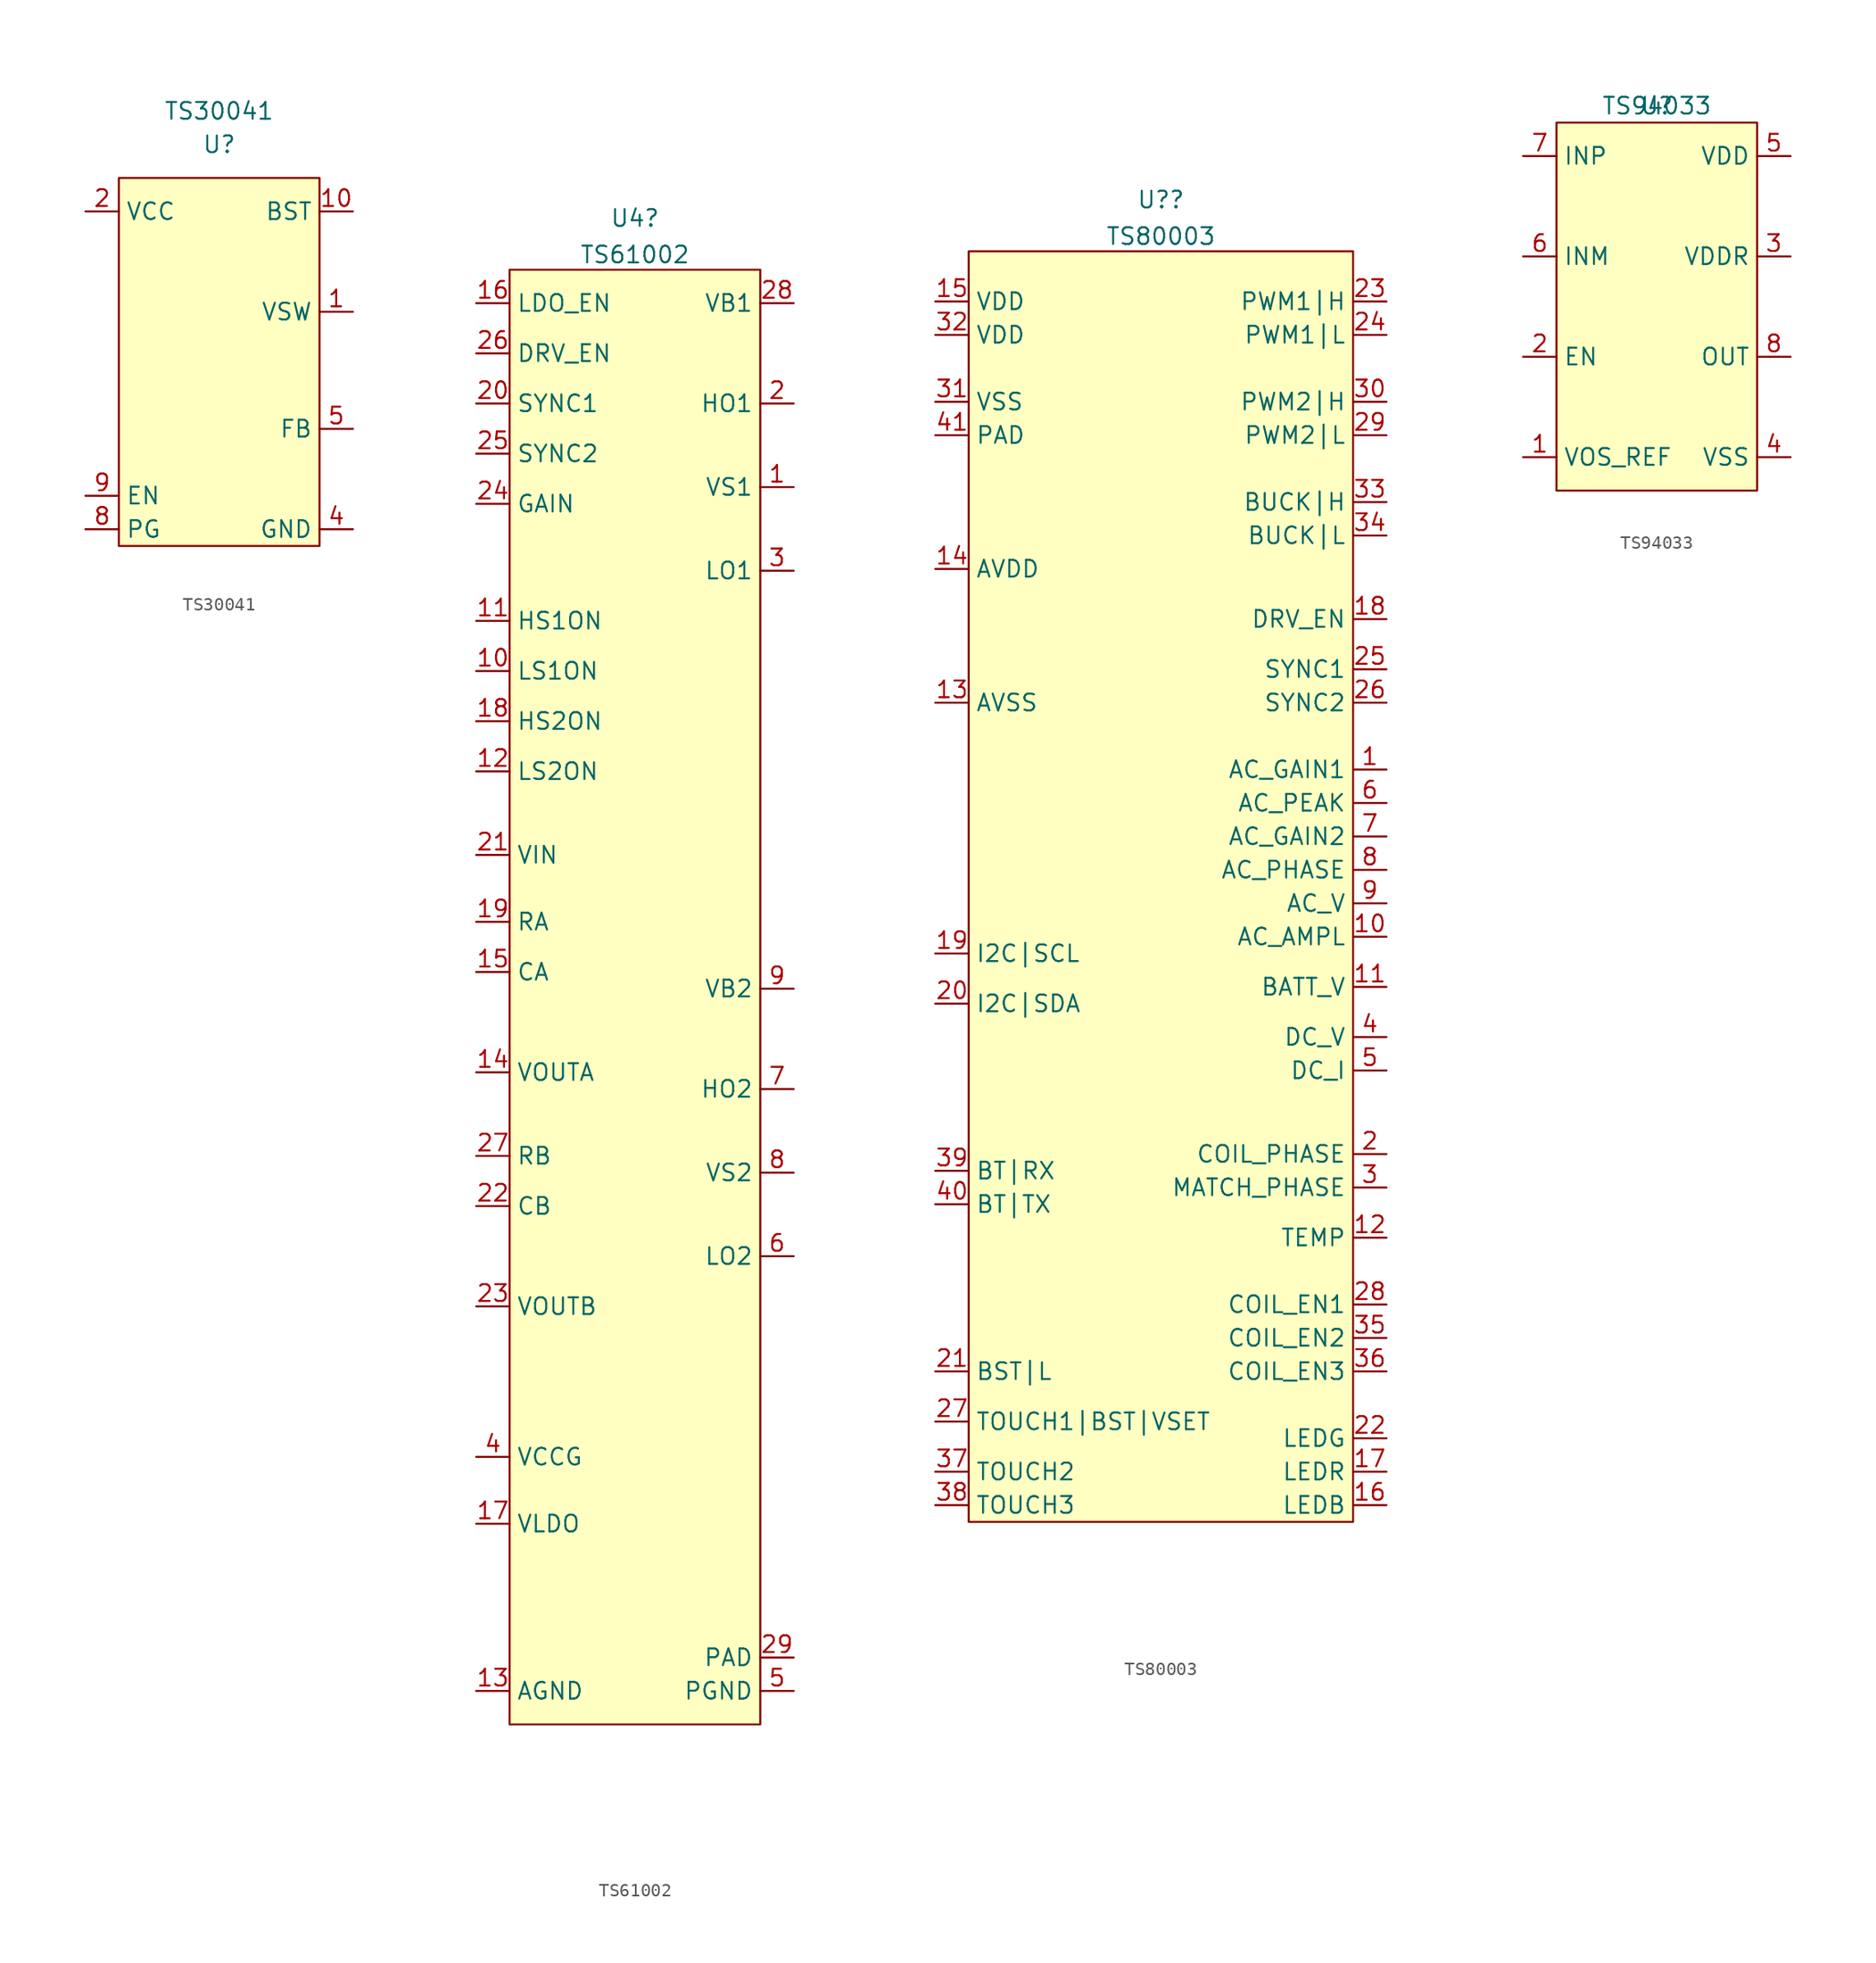
<source format=kicad_sym>
(kicad_symbol_lib
  (version 20211014)
  (generator kicad_symbol_editor)
  (symbol "TS:TS30041"
    (property "Reference" "U"
      (at 0 19.05 0)
      (effects (font (size 1.27 1.27))))
    (property "Value" "TS30041"
      (at 0 21.59 0)
      (effects (font (size 1.27 1.27))))
    (symbol "TS30041_0_1"
      (rectangle (start -7.62 16.51) (end 7.62 -11.43) (stroke (width 0.152) (type default) (color 0 0 0 0)) (fill (type background))))
    (symbol "TS30041_1_1"
      (pin output line (at 10.16 6.35 180) (length 2.54) (name "VSW" (effects (font (size 1.27 1.27)))) (number "1" (effects (font (size 1.27 1.27)))))
      (pin output line (at 10.16 13.97 180) (length 2.54) (name "BST" (effects (font (size 1.27 1.27)))) (number "10" (effects (font (size 1.27 1.27)))))
      (pin power_in line (at -10.16 13.97 0) (length 2.54) hide (name "VCC" (effects (font (size 1.27 1.27)))) (number "11" (effects (font (size 1.27 1.27)))))
      (pin output line (at 10.16 6.35 180) (length 2.54) hide (name "VSW" (effects (font (size 1.27 1.27)))) (number "12" (effects (font (size 1.27 1.27)))))
      (pin output line (at 10.16 6.35 180) (length 2.54) hide (name "VSW" (effects (font (size 1.27 1.27)))) (number "13" (effects (font (size 1.27 1.27)))))
      (pin input line (at 10.16 -10.16 180) (length 2.54) hide (name "GND" (effects (font (size 1.27 1.27)))) (number "14" (effects (font (size 1.27 1.27)))))
      (pin input line (at 10.16 -10.16 180) (length 2.54) hide (name "GND" (effects (font (size 1.27 1.27)))) (number "15" (effects (font (size 1.27 1.27)))))
      (pin output line (at 10.16 6.35 180) (length 2.54) hide (name "VSW" (effects (font (size 1.27 1.27)))) (number "16" (effects (font (size 1.27 1.27)))))
      (pin input line (at 10.16 -10.16 180) (length 2.54) hide (name "GND" (effects (font (size 1.27 1.27)))) (number "17" (effects (font (size 1.27 1.27)))))
      (pin power_in line (at -10.16 13.97 0) (length 2.54) (name "VCC" (effects (font (size 1.27 1.27)))) (number "2" (effects (font (size 1.27 1.27)))))
      (pin power_in line (at -10.16 13.97 0) (length 2.54) hide (name "VCC" (effects (font (size 1.27 1.27)))) (number "3" (effects (font (size 1.27 1.27)))))
      (pin input line (at 10.16 -10.16 180) (length 2.54) (name "GND" (effects (font (size 1.27 1.27)))) (number "4" (effects (font (size 1.27 1.27)))))
      (pin input line (at 10.16 -2.54 180) (length 2.54) (name "FB" (effects (font (size 1.27 1.27)))) (number "5" (effects (font (size 1.27 1.27)))))
      (pin input line (at -10.16 -10.16 0) (length 2.54) (name "PG" (effects (font (size 1.27 1.27)))) (number "8" (effects (font (size 1.27 1.27)))))
      (pin input line (at -10.16 -7.62 0) (length 2.54) (name "EN" (effects (font (size 1.27 1.27)))) (number "9" (effects (font (size 1.27 1.27)))))))
  (symbol "TS:TS61002"
    (property "Reference" "U4"
      (at 0.635 55.986 0)
      (effects (font (size 1.27 1.27))))
    (property "Value" "TS61002"
      (at 0.635 53.211 0)
      (effects (font (size 1.27 1.27))))
    (symbol "TS61002_0_1"
      (rectangle (start -8.89 52.07) (end 10.16 -58.42) (stroke (width 0.152) (type default) (color 0 0 0 0)) (fill (type background))))
    (symbol "TS61002_1_1"
      (pin output line (at 12.7 35.56 180) (length 2.54) (name "VS1" (effects (font (size 1.27 1.27)))) (number "1" (effects (font (size 1.27 1.27)))))
      (pin input line (at -11.43 21.59 0) (length 2.54) (name "LS1ON" (effects (font (size 1.27 1.27)))) (number "10" (effects (font (size 1.27 1.27)))))
      (pin input line (at -11.43 25.4 0) (length 2.54) (name "HS1ON" (effects (font (size 1.27 1.27)))) (number "11" (effects (font (size 1.27 1.27)))))
      (pin input line (at -11.43 13.97 0) (length 2.54) (name "LS2ON" (effects (font (size 1.27 1.27)))) (number "12" (effects (font (size 1.27 1.27)))))
      (pin output line (at -11.43 -55.88 0) (length 2.54) (name "AGND" (effects (font (size 1.27 1.27)))) (number "13" (effects (font (size 1.27 1.27)))))
      (pin output line (at -11.43 -8.89 0) (length 2.54) (name "VOUTA" (effects (font (size 1.27 1.27)))) (number "14" (effects (font (size 1.27 1.27)))))
      (pin passive line (at -11.43 -1.27 0) (length 2.54) (name "CA" (effects (font (size 1.27 1.27)))) (number "15" (effects (font (size 1.27 1.27)))))
      (pin input line (at -11.43 49.53 0) (length 2.54) (name "LDO_EN" (effects (font (size 1.27 1.27)))) (number "16" (effects (font (size 1.27 1.27)))))
      (pin power_out line (at -11.43 -43.18 0) (length 2.54) (name "VLDO" (effects (font (size 1.27 1.27)))) (number "17" (effects (font (size 1.27 1.27)))))
      (pin input line (at -11.43 17.78 0) (length 2.54) (name "HS2ON" (effects (font (size 1.27 1.27)))) (number "18" (effects (font (size 1.27 1.27)))))
      (pin output line (at -11.43 2.54 0) (length 2.54) (name "RA" (effects (font (size 1.27 1.27)))) (number "19" (effects (font (size 1.27 1.27)))))
      (pin output line (at 12.7 41.91 180) (length 2.54) (name "HO1" (effects (font (size 1.27 1.27)))) (number "2" (effects (font (size 1.27 1.27)))))
      (pin input line (at -11.43 41.91 0) (length 2.54) (name "SYNC1" (effects (font (size 1.27 1.27)))) (number "20" (effects (font (size 1.27 1.27)))))
      (pin input line (at -11.43 7.62 0) (length 2.54) (name "VIN" (effects (font (size 1.27 1.27)))) (number "21" (effects (font (size 1.27 1.27)))))
      (pin passive line (at -11.43 -19.05 0) (length 2.54) (name "CB" (effects (font (size 1.27 1.27)))) (number "22" (effects (font (size 1.27 1.27)))))
      (pin output line (at -11.43 -26.67 0) (length 2.54) (name "VOUTB" (effects (font (size 1.27 1.27)))) (number "23" (effects (font (size 1.27 1.27)))))
      (pin input line (at -11.43 34.29 0) (length 2.54) (name "GAIN" (effects (font (size 1.27 1.27)))) (number "24" (effects (font (size 1.27 1.27)))))
      (pin input line (at -11.43 38.1 0) (length 2.54) (name "SYNC2" (effects (font (size 1.27 1.27)))) (number "25" (effects (font (size 1.27 1.27)))))
      (pin input line (at -11.43 45.72 0) (length 2.54) (name "DRV_EN" (effects (font (size 1.27 1.27)))) (number "26" (effects (font (size 1.27 1.27)))))
      (pin output line (at -11.43 -15.24 0) (length 2.54) (name "RB" (effects (font (size 1.27 1.27)))) (number "27" (effects (font (size 1.27 1.27)))))
      (pin passive line (at 12.7 49.53 180) (length 2.54) (name "VB1" (effects (font (size 1.27 1.27)))) (number "28" (effects (font (size 1.27 1.27)))))
      (pin passive line (at 12.7 -53.34 180) (length 2.54) (name "PAD" (effects (font (size 1.27 1.27)))) (number "29" (effects (font (size 1.27 1.27)))))
      (pin output line (at 12.7 29.21 180) (length 2.54) (name "LO1" (effects (font (size 1.27 1.27)))) (number "3" (effects (font (size 1.27 1.27)))))
      (pin power_in line (at -11.43 -38.1 0) (length 2.54) (name "VCCG" (effects (font (size 1.27 1.27)))) (number "4" (effects (font (size 1.27 1.27)))))
      (pin passive line (at 12.7 -55.88 180) (length 2.54) (name "PGND" (effects (font (size 1.27 1.27)))) (number "5" (effects (font (size 1.27 1.27)))))
      (pin output line (at 12.7 -22.86 180) (length 2.54) (name "LO2" (effects (font (size 1.27 1.27)))) (number "6" (effects (font (size 1.27 1.27)))))
      (pin output line (at 12.7 -10.16 180) (length 2.54) (name "HO2" (effects (font (size 1.27 1.27)))) (number "7" (effects (font (size 1.27 1.27)))))
      (pin output line (at 12.7 -16.51 180) (length 2.54) (name "VS2" (effects (font (size 1.27 1.27)))) (number "8" (effects (font (size 1.27 1.27)))))
      (pin passive line (at 12.7 -2.54 180) (length 2.54) (name "VB2" (effects (font (size 1.27 1.27)))) (number "9" (effects (font (size 1.27 1.27)))))))
  (symbol "TS:TS80003"
    (property "Reference" "U?"
      (at -0.635 44.556 0)
      (effects (font (size 1.27 1.27))))
    (property "Value" "TS80003"
      (at -0.635 41.781 0)
      (effects (font (size 1.27 1.27))))
    (symbol "TS80003_0_1"
      (rectangle (start -15.24 40.64) (end 13.97 -55.88) (stroke (width 0.152) (type default) (color 0 0 0 0)) (fill (type background))))
    (symbol "TS80003_1_1"
      (pin output line (at 16.51 1.27 180) (length 2.54) (name "AC_GAIN1" (effects (font (size 1.27 1.27)))) (number "1" (effects (font (size 1.27 1.27)))))
      (pin input line (at 16.51 -11.43 180) (length 2.54) (name "AC_AMPL" (effects (font (size 1.27 1.27)))) (number "10" (effects (font (size 1.27 1.27)))))
      (pin input line (at 16.51 -15.24 180) (length 2.54) (name "BATT_V" (effects (font (size 1.27 1.27)))) (number "11" (effects (font (size 1.27 1.27)))))
      (pin input line (at 16.51 -34.29 180) (length 2.54) (name "TEMP" (effects (font (size 1.27 1.27)))) (number "12" (effects (font (size 1.27 1.27)))))
      (pin passive line (at -17.78 6.35 0) (length 2.54) (name "AVSS" (effects (font (size 1.27 1.27)))) (number "13" (effects (font (size 1.27 1.27)))))
      (pin power_in line (at -17.78 16.51 0) (length 2.54) (name "AVDD" (effects (font (size 1.27 1.27)))) (number "14" (effects (font (size 1.27 1.27)))))
      (pin power_in line (at -17.78 36.83 0) (length 2.54) (name "VDD" (effects (font (size 1.27 1.27)))) (number "15" (effects (font (size 1.27 1.27)))))
      (pin output line (at 16.51 -54.61 180) (length 2.54) (name "LEDB" (effects (font (size 1.27 1.27)))) (number "16" (effects (font (size 1.27 1.27)))))
      (pin output line (at 16.51 -52.07 180) (length 2.54) (name "LEDR" (effects (font (size 1.27 1.27)))) (number "17" (effects (font (size 1.27 1.27)))))
      (pin output line (at 16.51 12.7 180) (length 2.54) (name "DRV_EN" (effects (font (size 1.27 1.27)))) (number "18" (effects (font (size 1.27 1.27)))))
      (pin input line (at -17.78 -12.7 0) (length 2.54) (name "I2C|SCL" (effects (font (size 1.27 1.27)))) (number "19" (effects (font (size 1.27 1.27)))))
      (pin input line (at 16.51 -27.94 180) (length 2.54) (name "COIL_PHASE" (effects (font (size 1.27 1.27)))) (number "2" (effects (font (size 1.27 1.27)))))
      (pin input line (at -17.78 -16.51 0) (length 2.54) (name "I2C|SDA" (effects (font (size 1.27 1.27)))) (number "20" (effects (font (size 1.27 1.27)))))
      (pin input line (at -17.78 -44.45 0) (length 2.54) (name "BST|L" (effects (font (size 1.27 1.27)))) (number "21" (effects (font (size 1.27 1.27)))))
      (pin output line (at 16.51 -49.53 180) (length 2.54) (name "LEDG" (effects (font (size 1.27 1.27)))) (number "22" (effects (font (size 1.27 1.27)))))
      (pin output line (at 16.51 36.83 180) (length 2.54) (name "PWM1|H" (effects (font (size 1.27 1.27)))) (number "23" (effects (font (size 1.27 1.27)))))
      (pin output line (at 16.51 34.29 180) (length 2.54) (name "PWM1|L" (effects (font (size 1.27 1.27)))) (number "24" (effects (font (size 1.27 1.27)))))
      (pin output line (at 16.51 8.89 180) (length 2.54) (name "SYNC1" (effects (font (size 1.27 1.27)))) (number "25" (effects (font (size 1.27 1.27)))))
      (pin output line (at 16.51 6.35 180) (length 2.54) (name "SYNC2" (effects (font (size 1.27 1.27)))) (number "26" (effects (font (size 1.27 1.27)))))
      (pin input line (at -17.78 -48.26 0) (length 2.54) (name "TOUCH1|BST|VSET" (effects (font (size 1.27 1.27)))) (number "27" (effects (font (size 1.27 1.27)))))
      (pin input line (at 16.51 -39.37 180) (length 2.54) (name "COIL_EN1" (effects (font (size 1.27 1.27)))) (number "28" (effects (font (size 1.27 1.27)))))
      (pin output line (at 16.51 26.67 180) (length 2.54) (name "PWM2|L" (effects (font (size 1.27 1.27)))) (number "29" (effects (font (size 1.27 1.27)))))
      (pin input line (at 16.51 -30.48 180) (length 2.54) (name "MATCH_PHASE" (effects (font (size 1.27 1.27)))) (number "3" (effects (font (size 1.27 1.27)))))
      (pin output line (at 16.51 29.21 180) (length 2.54) (name "PWM2|H" (effects (font (size 1.27 1.27)))) (number "30" (effects (font (size 1.27 1.27)))))
      (pin passive line (at -17.78 29.21 0) (length 2.54) (name "VSS" (effects (font (size 1.27 1.27)))) (number "31" (effects (font (size 1.27 1.27)))))
      (pin power_in line (at -17.78 34.29 0) (length 2.54) (name "VDD" (effects (font (size 1.27 1.27)))) (number "32" (effects (font (size 1.27 1.27)))))
      (pin output line (at 16.51 21.59 180) (length 2.54) (name "BUCK|H" (effects (font (size 1.27 1.27)))) (number "33" (effects (font (size 1.27 1.27)))))
      (pin output line (at 16.51 19.05 180) (length 2.54) (name "BUCK|L" (effects (font (size 1.27 1.27)))) (number "34" (effects (font (size 1.27 1.27)))))
      (pin input line (at 16.51 -41.91 180) (length 2.54) (name "COIL_EN2" (effects (font (size 1.27 1.27)))) (number "35" (effects (font (size 1.27 1.27)))))
      (pin input line (at 16.51 -44.45 180) (length 2.54) (name "COIL_EN3" (effects (font (size 1.27 1.27)))) (number "36" (effects (font (size 1.27 1.27)))))
      (pin input line (at -17.78 -52.07 0) (length 2.54) (name "TOUCH2" (effects (font (size 1.27 1.27)))) (number "37" (effects (font (size 1.27 1.27)))))
      (pin input line (at -17.78 -54.61 0) (length 2.54) (name "TOUCH3" (effects (font (size 1.27 1.27)))) (number "38" (effects (font (size 1.27 1.27)))))
      (pin input line (at -17.78 -29.21 0) (length 2.54) (name "BT|RX" (effects (font (size 1.27 1.27)))) (number "39" (effects (font (size 1.27 1.27)))))
      (pin input line (at 16.51 -19.05 180) (length 2.54) (name "DC_V" (effects (font (size 1.27 1.27)))) (number "4" (effects (font (size 1.27 1.27)))))
      (pin input line (at -17.78 -31.75 0) (length 2.54) (name "BT|TX" (effects (font (size 1.27 1.27)))) (number "40" (effects (font (size 1.27 1.27)))))
      (pin passive line (at -17.78 26.67 0) (length 2.54) (name "PAD" (effects (font (size 1.27 1.27)))) (number "41" (effects (font (size 1.27 1.27)))))
      (pin input line (at 16.51 -21.59 180) (length 2.54) (name "DC_I" (effects (font (size 1.27 1.27)))) (number "5" (effects (font (size 1.27 1.27)))))
      (pin input line (at 16.51 -1.27 180) (length 2.54) (name "AC_PEAK" (effects (font (size 1.27 1.27)))) (number "6" (effects (font (size 1.27 1.27)))))
      (pin output line (at 16.51 -3.81 180) (length 2.54) (name "AC_GAIN2" (effects (font (size 1.27 1.27)))) (number "7" (effects (font (size 1.27 1.27)))))
      (pin input line (at 16.51 -6.35 180) (length 2.54) (name "AC_PHASE" (effects (font (size 1.27 1.27)))) (number "8" (effects (font (size 1.27 1.27)))))
      (pin input line (at 16.51 -8.89 180) (length 2.54) (name "AC_V" (effects (font (size 1.27 1.27)))) (number "9" (effects (font (size 1.27 1.27)))))))
  (symbol "TS:TS94033"
    (property "Reference" "U"
      (at 0 15.24 0)
      (effects (font (size 1.27 1.27))))
    (property "Value" "TS94033"
      (at 0 15.24 0)
      (effects (font (size 1.27 1.27))))
    (symbol "TS94033_0_1"
      (rectangle (start -7.62 13.97) (end 7.62 -13.97) (stroke (width 0) (type default) (color 0 0 0 0)) (fill (type background))))
    (symbol "TS94033_1_1"
      (pin input line (at -10.16 -11.43 0) (length 2.54) (name "VOS_REF" (effects (font (size 1.27 1.27)))) (number "1" (effects (font (size 1.27 1.27)))))
      (pin input line (at -10.16 -3.81 0) (length 2.54) (name "EN" (effects (font (size 1.27 1.27)))) (number "2" (effects (font (size 1.27 1.27)))))
      (pin passive line (at 10.16 3.81 180) (length 2.54) (name "VDDR" (effects (font (size 1.27 1.27)))) (number "3" (effects (font (size 1.27 1.27)))))
      (pin input line (at 10.16 -11.43 180) (length 2.54) (name "VSS" (effects (font (size 1.27 1.27)))) (number "4" (effects (font (size 1.27 1.27)))))
      (pin output line (at 10.16 11.43 180) (length 2.54) (name "VDD" (effects (font (size 1.27 1.27)))) (number "5" (effects (font (size 1.27 1.27)))))
      (pin input line (at -10.16 3.81 0) (length 2.54) (name "INM" (effects (font (size 1.27 1.27)))) (number "6" (effects (font (size 1.27 1.27)))))
      (pin input line (at -10.16 11.43 0) (length 2.54) (name "INP" (effects (font (size 1.27 1.27)))) (number "7" (effects (font (size 1.27 1.27)))))
      (pin output line (at 10.16 -3.81 180) (length 2.54) (name "OUT" (effects (font (size 1.27 1.27)))) (number "8" (effects (font (size 1.27 1.27))))))))
</source>
